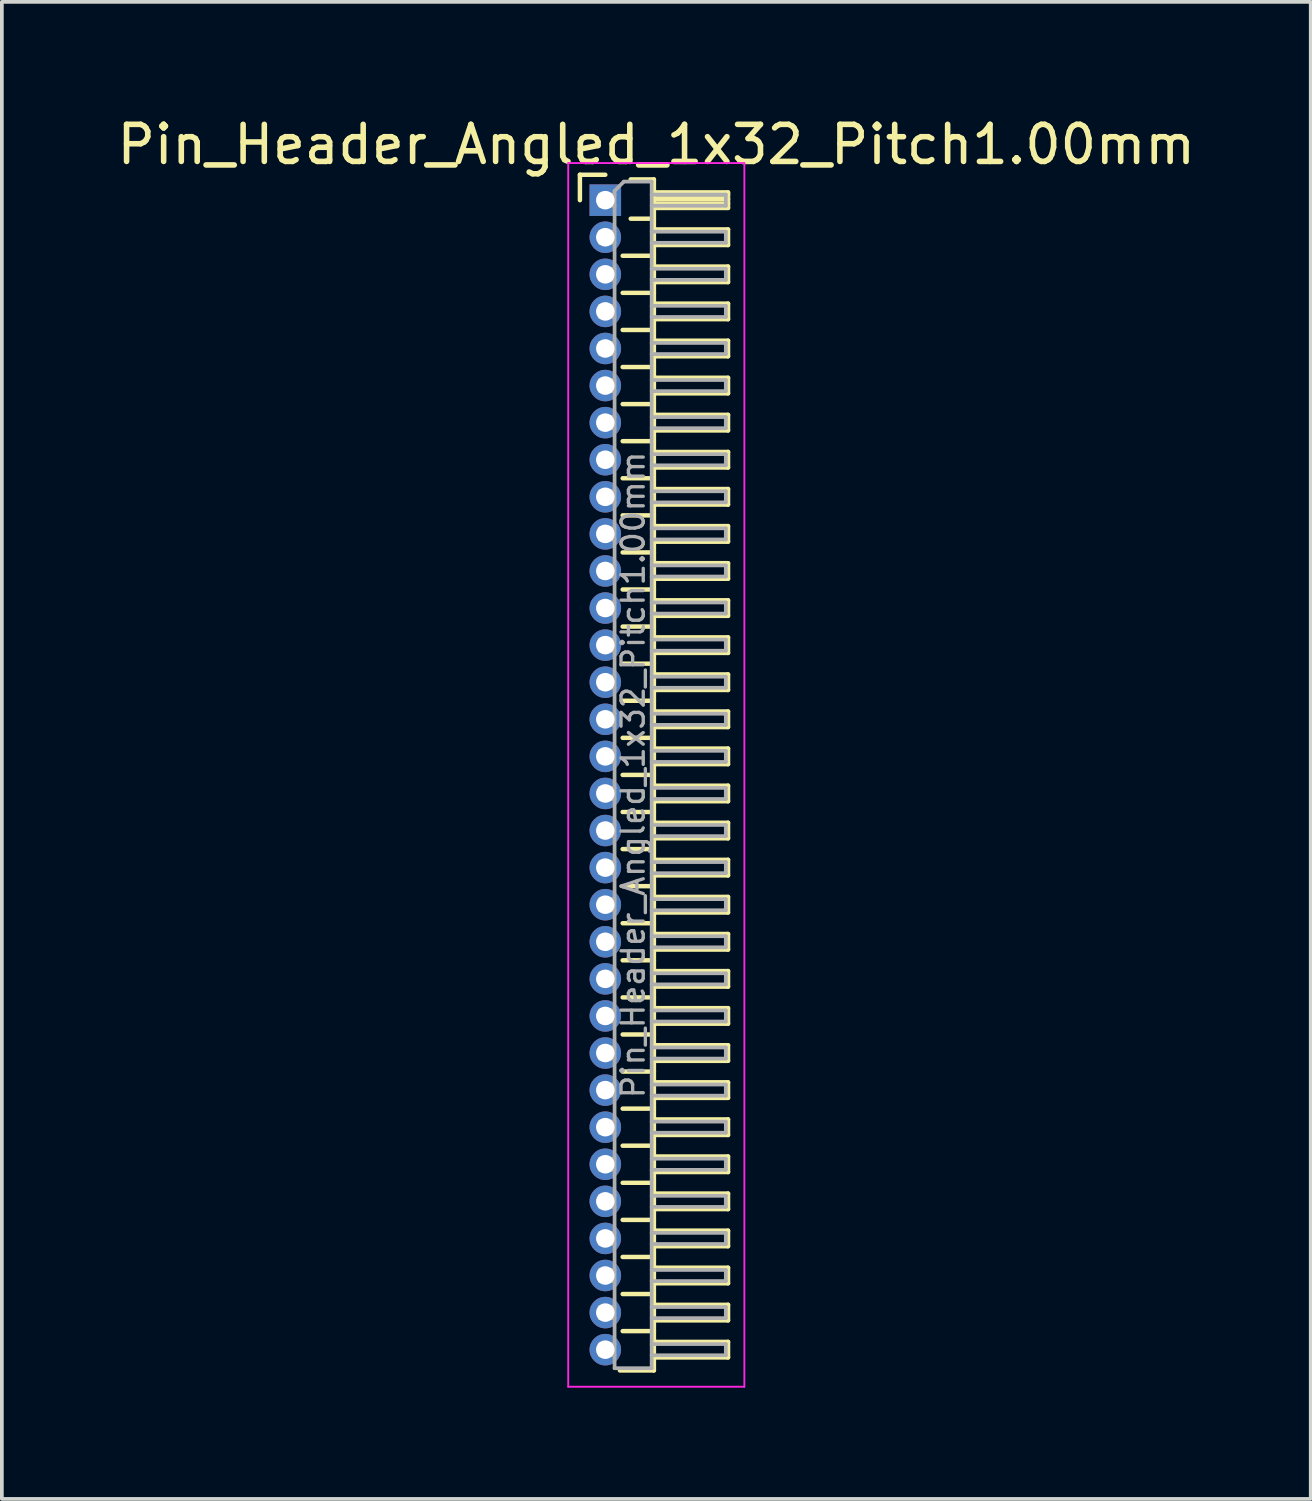
<source format=kicad_pcb>
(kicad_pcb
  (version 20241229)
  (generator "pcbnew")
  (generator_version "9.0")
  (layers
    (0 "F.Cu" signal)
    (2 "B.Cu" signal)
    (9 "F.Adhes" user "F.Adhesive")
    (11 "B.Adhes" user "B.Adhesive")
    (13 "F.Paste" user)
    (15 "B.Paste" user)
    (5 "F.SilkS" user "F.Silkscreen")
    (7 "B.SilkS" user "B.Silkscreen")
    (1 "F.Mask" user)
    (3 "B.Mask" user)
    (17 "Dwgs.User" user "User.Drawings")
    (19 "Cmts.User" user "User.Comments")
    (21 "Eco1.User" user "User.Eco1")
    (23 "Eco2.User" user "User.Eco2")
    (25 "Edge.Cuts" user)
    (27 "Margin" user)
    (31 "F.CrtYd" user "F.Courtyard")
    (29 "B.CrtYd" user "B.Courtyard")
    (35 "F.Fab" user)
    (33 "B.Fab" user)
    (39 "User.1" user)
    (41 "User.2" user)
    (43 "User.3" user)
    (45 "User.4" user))
  (footprint "Pin_Header_Angled_1x32_Pitch1.00mm"
    (layer "F.Cu")
    (at 13.274 2.348)
    (property "Reference" "Pin_Header_Angled_1x32_Pitch1.00mm" (at 1.375 -1.5 0) (layer "F.SilkS") (effects (font (size 1 1) (thickness 0.15))))
    (attr through_hole)
    (fp_line (start -0.685 -0.685) (end 0 -0.685) (stroke (width 0.12) (type solid)) (layer "F.SilkS"))
    (fp_line (start -0.685 0) (end -0.685 -0.685) (stroke (width 0.12) (type solid)) (layer "F.SilkS"))
    (fp_line (start 0.468 1.5) (end 1.31 1.5) (stroke (width 0.12) (type solid)) (layer "F.SilkS"))
    (fp_line (start 0.468 2.5) (end 1.31 2.5) (stroke (width 0.12) (type solid)) (layer "F.SilkS"))
    (fp_line (start 0.468 3.5) (end 1.31 3.5) (stroke (width 0.12) (type solid)) (layer "F.SilkS"))
    (fp_line (start 0.468 4.5) (end 1.31 4.5) (stroke (width 0.12) (type solid)) (layer "F.SilkS"))
    (fp_line (start 0.468 5.5) (end 1.31 5.5) (stroke (width 0.12) (type solid)) (layer "F.SilkS"))
    (fp_line (start 0.468 6.5) (end 1.31 6.5) (stroke (width 0.12) (type solid)) (layer "F.SilkS"))
    (fp_line (start 0.468 7.5) (end 1.31 7.5) (stroke (width 0.12) (type solid)) (layer "F.SilkS"))
    (fp_line (start 0.468 8.5) (end 1.31 8.5) (stroke (width 0.12) (type solid)) (layer "F.SilkS"))
    (fp_line (start 0.468 9.5) (end 1.31 9.5) (stroke (width 0.12) (type solid)) (layer "F.SilkS"))
    (fp_line (start 0.468 10.5) (end 1.31 10.5) (stroke (width 0.12) (type solid)) (layer "F.SilkS"))
    (fp_line (start 0.468 11.5) (end 1.31 11.5) (stroke (width 0.12) (type solid)) (layer "F.SilkS"))
    (fp_line (start 0.468 12.5) (end 1.31 12.5) (stroke (width 0.12) (type solid)) (layer "F.SilkS"))
    (fp_line (start 0.468 13.5) (end 1.31 13.5) (stroke (width 0.12) (type solid)) (layer "F.SilkS"))
    (fp_line (start 0.468 14.5) (end 1.31 14.5) (stroke (width 0.12) (type solid)) (layer "F.SilkS"))
    (fp_line (start 0.468 15.5) (end 1.31 15.5) (stroke (width 0.12) (type solid)) (layer "F.SilkS"))
    (fp_line (start 0.468 16.5) (end 1.31 16.5) (stroke (width 0.12) (type solid)) (layer "F.SilkS"))
    (fp_line (start 0.468 17.5) (end 1.31 17.5) (stroke (width 0.12) (type solid)) (layer "F.SilkS"))
    (fp_line (start 0.468 18.5) (end 1.31 18.5) (stroke (width 0.12) (type solid)) (layer "F.SilkS"))
    (fp_line (start 0.468 19.5) (end 1.31 19.5) (stroke (width 0.12) (type solid)) (layer "F.SilkS"))
    (fp_line (start 0.468 20.5) (end 1.31 20.5) (stroke (width 0.12) (type solid)) (layer "F.SilkS"))
    (fp_line (start 0.468 21.5) (end 1.31 21.5) (stroke (width 0.12) (type solid)) (layer "F.SilkS"))
    (fp_line (start 0.468 22.5) (end 1.31 22.5) (stroke (width 0.12) (type solid)) (layer "F.SilkS"))
    (fp_line (start 0.468 23.5) (end 1.31 23.5) (stroke (width 0.12) (type solid)) (layer "F.SilkS"))
    (fp_line (start 0.468 24.5) (end 1.31 24.5) (stroke (width 0.12) (type solid)) (layer "F.SilkS"))
    (fp_line (start 0.468 25.5) (end 1.31 25.5) (stroke (width 0.12) (type solid)) (layer "F.SilkS"))
    (fp_line (start 0.468 26.5) (end 1.31 26.5) (stroke (width 0.12) (type solid)) (layer "F.SilkS"))
    (fp_line (start 0.468 27.5) (end 1.31 27.5) (stroke (width 0.12) (type solid)) (layer "F.SilkS"))
    (fp_line (start 0.468 28.5) (end 1.31 28.5) (stroke (width 0.12) (type solid)) (layer "F.SilkS"))
    (fp_line (start 0.468 29.5) (end 1.31 29.5) (stroke (width 0.12) (type solid)) (layer "F.SilkS"))
    (fp_line (start 0.468 30.5) (end 1.31 30.5) (stroke (width 0.12) (type solid)) (layer "F.SilkS"))
    (fp_line (start 0.685 -0.56) (end 1.31 -0.56) (stroke (width 0.12) (type solid)) (layer "F.SilkS"))
    (fp_line (start 0.685 0.5) (end 1.31 0.5) (stroke (width 0.12) (type solid)) (layer "F.SilkS"))
    (fp_line (start 1.31 -0.56) (end 1.31 31.56) (stroke (width 0.12) (type solid)) (layer "F.SilkS"))
    (fp_line (start 1.31 -0.21) (end 3.31 -0.21) (stroke (width 0.12) (type solid)) (layer "F.SilkS"))
    (fp_line (start 1.31 -0.15) (end 3.31 -0.15) (stroke (width 0.12) (type solid)) (layer "F.SilkS"))
    (fp_line (start 1.31 -0.03) (end 3.31 -0.03) (stroke (width 0.12) (type solid)) (layer "F.SilkS"))
    (fp_line (start 1.31 0.09) (end 3.31 0.09) (stroke (width 0.12) (type solid)) (layer "F.SilkS"))
    (fp_line (start 1.31 0.79) (end 3.31 0.79) (stroke (width 0.12) (type solid)) (layer "F.SilkS"))
    (fp_line (start 1.31 1.79) (end 3.31 1.79) (stroke (width 0.12) (type solid)) (layer "F.SilkS"))
    (fp_line (start 1.31 2.79) (end 3.31 2.79) (stroke (width 0.12) (type solid)) (layer "F.SilkS"))
    (fp_line (start 1.31 3.79) (end 3.31 3.79) (stroke (width 0.12) (type solid)) (layer "F.SilkS"))
    (fp_line (start 1.31 4.79) (end 3.31 4.79) (stroke (width 0.12) (type solid)) (layer "F.SilkS"))
    (fp_line (start 1.31 5.79) (end 3.31 5.79) (stroke (width 0.12) (type solid)) (layer "F.SilkS"))
    (fp_line (start 1.31 6.79) (end 3.31 6.79) (stroke (width 0.12) (type solid)) (layer "F.SilkS"))
    (fp_line (start 1.31 7.79) (end 3.31 7.79) (stroke (width 0.12) (type solid)) (layer "F.SilkS"))
    (fp_line (start 1.31 8.79) (end 3.31 8.79) (stroke (width 0.12) (type solid)) (layer "F.SilkS"))
    (fp_line (start 1.31 9.79) (end 3.31 9.79) (stroke (width 0.12) (type solid)) (layer "F.SilkS"))
    (fp_line (start 1.31 10.79) (end 3.31 10.79) (stroke (width 0.12) (type solid)) (layer "F.SilkS"))
    (fp_line (start 1.31 11.79) (end 3.31 11.79) (stroke (width 0.12) (type solid)) (layer "F.SilkS"))
    (fp_line (start 1.31 12.79) (end 3.31 12.79) (stroke (width 0.12) (type solid)) (layer "F.SilkS"))
    (fp_line (start 1.31 13.79) (end 3.31 13.79) (stroke (width 0.12) (type solid)) (layer "F.SilkS"))
    (fp_line (start 1.31 14.79) (end 3.31 14.79) (stroke (width 0.12) (type solid)) (layer "F.SilkS"))
    (fp_line (start 1.31 15.79) (end 3.31 15.79) (stroke (width 0.12) (type solid)) (layer "F.SilkS"))
    (fp_line (start 1.31 16.79) (end 3.31 16.79) (stroke (width 0.12) (type solid)) (layer "F.SilkS"))
    (fp_line (start 1.31 17.79) (end 3.31 17.79) (stroke (width 0.12) (type solid)) (layer "F.SilkS"))
    (fp_line (start 1.31 18.79) (end 3.31 18.79) (stroke (width 0.12) (type solid)) (layer "F.SilkS"))
    (fp_line (start 1.31 19.79) (end 3.31 19.79) (stroke (width 0.12) (type solid)) (layer "F.SilkS"))
    (fp_line (start 1.31 20.79) (end 3.31 20.79) (stroke (width 0.12) (type solid)) (layer "F.SilkS"))
    (fp_line (start 1.31 21.79) (end 3.31 21.79) (stroke (width 0.12) (type solid)) (layer "F.SilkS"))
    (fp_line (start 1.31 22.79) (end 3.31 22.79) (stroke (width 0.12) (type solid)) (layer "F.SilkS"))
    (fp_line (start 1.31 23.79) (end 3.31 23.79) (stroke (width 0.12) (type solid)) (layer "F.SilkS"))
    (fp_line (start 1.31 24.79) (end 3.31 24.79) (stroke (width 0.12) (type solid)) (layer "F.SilkS"))
    (fp_line (start 1.31 25.79) (end 3.31 25.79) (stroke (width 0.12) (type solid)) (layer "F.SilkS"))
    (fp_line (start 1.31 26.79) (end 3.31 26.79) (stroke (width 0.12) (type solid)) (layer "F.SilkS"))
    (fp_line (start 1.31 27.79) (end 3.31 27.79) (stroke (width 0.12) (type solid)) (layer "F.SilkS"))
    (fp_line (start 1.31 28.79) (end 3.31 28.79) (stroke (width 0.12) (type solid)) (layer "F.SilkS"))
    (fp_line (start 1.31 29.79) (end 3.31 29.79) (stroke (width 0.12) (type solid)) (layer "F.SilkS"))
    (fp_line (start 1.31 30.79) (end 3.31 30.79) (stroke (width 0.12) (type solid)) (layer "F.SilkS"))
    (fp_line (start 1.31 31.56) (end 0.394 31.56) (stroke (width 0.12) (type solid)) (layer "F.SilkS"))
    (fp_line (start 3.31 -0.21) (end 3.31 0.21) (stroke (width 0.12) (type solid)) (layer "F.SilkS"))
    (fp_line (start 3.31 0.21) (end 1.31 0.21) (stroke (width 0.12) (type solid)) (layer "F.SilkS"))
    (fp_line (start 3.31 0.79) (end 3.31 1.21) (stroke (width 0.12) (type solid)) (layer "F.SilkS"))
    (fp_line (start 3.31 1.21) (end 1.31 1.21) (stroke (width 0.12) (type solid)) (layer "F.SilkS"))
    (fp_line (start 3.31 1.79) (end 3.31 2.21) (stroke (width 0.12) (type solid)) (layer "F.SilkS"))
    (fp_line (start 3.31 2.21) (end 1.31 2.21) (stroke (width 0.12) (type solid)) (layer "F.SilkS"))
    (fp_line (start 3.31 2.79) (end 3.31 3.21) (stroke (width 0.12) (type solid)) (layer "F.SilkS"))
    (fp_line (start 3.31 3.21) (end 1.31 3.21) (stroke (width 0.12) (type solid)) (layer "F.SilkS"))
    (fp_line (start 3.31 3.79) (end 3.31 4.21) (stroke (width 0.12) (type solid)) (layer "F.SilkS"))
    (fp_line (start 3.31 4.21) (end 1.31 4.21) (stroke (width 0.12) (type solid)) (layer "F.SilkS"))
    (fp_line (start 3.31 4.79) (end 3.31 5.21) (stroke (width 0.12) (type solid)) (layer "F.SilkS"))
    (fp_line (start 3.31 5.21) (end 1.31 5.21) (stroke (width 0.12) (type solid)) (layer "F.SilkS"))
    (fp_line (start 3.31 5.79) (end 3.31 6.21) (stroke (width 0.12) (type solid)) (layer "F.SilkS"))
    (fp_line (start 3.31 6.21) (end 1.31 6.21) (stroke (width 0.12) (type solid)) (layer "F.SilkS"))
    (fp_line (start 3.31 6.79) (end 3.31 7.21) (stroke (width 0.12) (type solid)) (layer "F.SilkS"))
    (fp_line (start 3.31 7.21) (end 1.31 7.21) (stroke (width 0.12) (type solid)) (layer "F.SilkS"))
    (fp_line (start 3.31 7.79) (end 3.31 8.21) (stroke (width 0.12) (type solid)) (layer "F.SilkS"))
    (fp_line (start 3.31 8.21) (end 1.31 8.21) (stroke (width 0.12) (type solid)) (layer "F.SilkS"))
    (fp_line (start 3.31 8.79) (end 3.31 9.21) (stroke (width 0.12) (type solid)) (layer "F.SilkS"))
    (fp_line (start 3.31 9.21) (end 1.31 9.21) (stroke (width 0.12) (type solid)) (layer "F.SilkS"))
    (fp_line (start 3.31 9.79) (end 3.31 10.21) (stroke (width 0.12) (type solid)) (layer "F.SilkS"))
    (fp_line (start 3.31 10.21) (end 1.31 10.21) (stroke (width 0.12) (type solid)) (layer "F.SilkS"))
    (fp_line (start 3.31 10.79) (end 3.31 11.21) (stroke (width 0.12) (type solid)) (layer "F.SilkS"))
    (fp_line (start 3.31 11.21) (end 1.31 11.21) (stroke (width 0.12) (type solid)) (layer "F.SilkS"))
    (fp_line (start 3.31 11.79) (end 3.31 12.21) (stroke (width 0.12) (type solid)) (layer "F.SilkS"))
    (fp_line (start 3.31 12.21) (end 1.31 12.21) (stroke (width 0.12) (type solid)) (layer "F.SilkS"))
    (fp_line (start 3.31 12.79) (end 3.31 13.21) (stroke (width 0.12) (type solid)) (layer "F.SilkS"))
    (fp_line (start 3.31 13.21) (end 1.31 13.21) (stroke (width 0.12) (type solid)) (layer "F.SilkS"))
    (fp_line (start 3.31 13.79) (end 3.31 14.21) (stroke (width 0.12) (type solid)) (layer "F.SilkS"))
    (fp_line (start 3.31 14.21) (end 1.31 14.21) (stroke (width 0.12) (type solid)) (layer "F.SilkS"))
    (fp_line (start 3.31 14.79) (end 3.31 15.21) (stroke (width 0.12) (type solid)) (layer "F.SilkS"))
    (fp_line (start 3.31 15.21) (end 1.31 15.21) (stroke (width 0.12) (type solid)) (layer "F.SilkS"))
    (fp_line (start 3.31 15.79) (end 3.31 16.21) (stroke (width 0.12) (type solid)) (layer "F.SilkS"))
    (fp_line (start 3.31 16.21) (end 1.31 16.21) (stroke (width 0.12) (type solid)) (layer "F.SilkS"))
    (fp_line (start 3.31 16.79) (end 3.31 17.21) (stroke (width 0.12) (type solid)) (layer "F.SilkS"))
    (fp_line (start 3.31 17.21) (end 1.31 17.21) (stroke (width 0.12) (type solid)) (layer "F.SilkS"))
    (fp_line (start 3.31 17.79) (end 3.31 18.21) (stroke (width 0.12) (type solid)) (layer "F.SilkS"))
    (fp_line (start 3.31 18.21) (end 1.31 18.21) (stroke (width 0.12) (type solid)) (layer "F.SilkS"))
    (fp_line (start 3.31 18.79) (end 3.31 19.21) (stroke (width 0.12) (type solid)) (layer "F.SilkS"))
    (fp_line (start 3.31 19.21) (end 1.31 19.21) (stroke (width 0.12) (type solid)) (layer "F.SilkS"))
    (fp_line (start 3.31 19.79) (end 3.31 20.21) (stroke (width 0.12) (type solid)) (layer "F.SilkS"))
    (fp_line (start 3.31 20.21) (end 1.31 20.21) (stroke (width 0.12) (type solid)) (layer "F.SilkS"))
    (fp_line (start 3.31 20.79) (end 3.31 21.21) (stroke (width 0.12) (type solid)) (layer "F.SilkS"))
    (fp_line (start 3.31 21.21) (end 1.31 21.21) (stroke (width 0.12) (type solid)) (layer "F.SilkS"))
    (fp_line (start 3.31 21.79) (end 3.31 22.21) (stroke (width 0.12) (type solid)) (layer "F.SilkS"))
    (fp_line (start 3.31 22.21) (end 1.31 22.21) (stroke (width 0.12) (type solid)) (layer "F.SilkS"))
    (fp_line (start 3.31 22.79) (end 3.31 23.21) (stroke (width 0.12) (type solid)) (layer "F.SilkS"))
    (fp_line (start 3.31 23.21) (end 1.31 23.21) (stroke (width 0.12) (type solid)) (layer "F.SilkS"))
    (fp_line (start 3.31 23.79) (end 3.31 24.21) (stroke (width 0.12) (type solid)) (layer "F.SilkS"))
    (fp_line (start 3.31 24.21) (end 1.31 24.21) (stroke (width 0.12) (type solid)) (layer "F.SilkS"))
    (fp_line (start 3.31 24.79) (end 3.31 25.21) (stroke (width 0.12) (type solid)) (layer "F.SilkS"))
    (fp_line (start 3.31 25.21) (end 1.31 25.21) (stroke (width 0.12) (type solid)) (layer "F.SilkS"))
    (fp_line (start 3.31 25.79) (end 3.31 26.21) (stroke (width 0.12) (type solid)) (layer "F.SilkS"))
    (fp_line (start 3.31 26.21) (end 1.31 26.21) (stroke (width 0.12) (type solid)) (layer "F.SilkS"))
    (fp_line (start 3.31 26.79) (end 3.31 27.21) (stroke (width 0.12) (type solid)) (layer "F.SilkS"))
    (fp_line (start 3.31 27.21) (end 1.31 27.21) (stroke (width 0.12) (type solid)) (layer "F.SilkS"))
    (fp_line (start 3.31 27.79) (end 3.31 28.21) (stroke (width 0.12) (type solid)) (layer "F.SilkS"))
    (fp_line (start 3.31 28.21) (end 1.31 28.21) (stroke (width 0.12) (type solid)) (layer "F.SilkS"))
    (fp_line (start 3.31 28.79) (end 3.31 29.21) (stroke (width 0.12) (type solid)) (layer "F.SilkS"))
    (fp_line (start 3.31 29.21) (end 1.31 29.21) (stroke (width 0.12) (type solid)) (layer "F.SilkS"))
    (fp_line (start 3.31 29.79) (end 3.31 30.21) (stroke (width 0.12) (type solid)) (layer "F.SilkS"))
    (fp_line (start 3.31 30.21) (end 1.31 30.21) (stroke (width 0.12) (type solid)) (layer "F.SilkS"))
    (fp_line (start 3.31 30.79) (end 3.31 31.21) (stroke (width 0.12) (type solid)) (layer "F.SilkS"))
    (fp_line (start 3.31 31.21) (end 1.31 31.21) (stroke (width 0.12) (type solid)) (layer "F.SilkS"))
    (fp_line (start -1 -1) (end -1 32) (stroke (width 0.05) (type solid)) (layer "F.CrtYd"))
    (fp_line (start -1 32) (end 3.75 32) (stroke (width 0.05) (type solid)) (layer "F.CrtYd"))
    (fp_line (start 3.75 -1) (end -1 -1) (stroke (width 0.05) (type solid)) (layer "F.CrtYd"))
    (fp_line (start 3.75 32) (end 3.75 -1) (stroke (width 0.05) (type solid)) (layer "F.CrtYd"))
    (fp_line (start -0.15 -0.15) (end -0.15 0.15) (stroke (width 0.1) (type solid)) (layer "F.Fab"))
    (fp_line (start -0.15 -0.15) (end 0.25 -0.15) (stroke (width 0.1) (type solid)) (layer "F.Fab"))
    (fp_line (start -0.15 0.15) (end 0.25 0.15) (stroke (width 0.1) (type solid)) (layer "F.Fab"))
    (fp_line (start -0.15 0.85) (end -0.15 1.15) (stroke (width 0.1) (type solid)) (layer "F.Fab"))
    (fp_line (start -0.15 0.85) (end 0.25 0.85) (stroke (width 0.1) (type solid)) (layer "F.Fab"))
    (fp_line (start -0.15 1.15) (end 0.25 1.15) (stroke (width 0.1) (type solid)) (layer "F.Fab"))
    (fp_line (start -0.15 1.85) (end -0.15 2.15) (stroke (width 0.1) (type solid)) (layer "F.Fab"))
    (fp_line (start -0.15 1.85) (end 0.25 1.85) (stroke (width 0.1) (type solid)) (layer "F.Fab"))
    (fp_line (start -0.15 2.15) (end 0.25 2.15) (stroke (width 0.1) (type solid)) (layer "F.Fab"))
    (fp_line (start -0.15 2.85) (end -0.15 3.15) (stroke (width 0.1) (type solid)) (layer "F.Fab"))
    (fp_line (start -0.15 2.85) (end 0.25 2.85) (stroke (width 0.1) (type solid)) (layer "F.Fab"))
    (fp_line (start -0.15 3.15) (end 0.25 3.15) (stroke (width 0.1) (type solid)) (layer "F.Fab"))
    (fp_line (start -0.15 3.85) (end -0.15 4.15) (stroke (width 0.1) (type solid)) (layer "F.Fab"))
    (fp_line (start -0.15 3.85) (end 0.25 3.85) (stroke (width 0.1) (type solid)) (layer "F.Fab"))
    (fp_line (start -0.15 4.15) (end 0.25 4.15) (stroke (width 0.1) (type solid)) (layer "F.Fab"))
    (fp_line (start -0.15 4.85) (end -0.15 5.15) (stroke (width 0.1) (type solid)) (layer "F.Fab"))
    (fp_line (start -0.15 4.85) (end 0.25 4.85) (stroke (width 0.1) (type solid)) (layer "F.Fab"))
    (fp_line (start -0.15 5.15) (end 0.25 5.15) (stroke (width 0.1) (type solid)) (layer "F.Fab"))
    (fp_line (start -0.15 5.85) (end -0.15 6.15) (stroke (width 0.1) (type solid)) (layer "F.Fab"))
    (fp_line (start -0.15 5.85) (end 0.25 5.85) (stroke (width 0.1) (type solid)) (layer "F.Fab"))
    (fp_line (start -0.15 6.15) (end 0.25 6.15) (stroke (width 0.1) (type solid)) (layer "F.Fab"))
    (fp_line (start -0.15 6.85) (end -0.15 7.15) (stroke (width 0.1) (type solid)) (layer "F.Fab"))
    (fp_line (start -0.15 6.85) (end 0.25 6.85) (stroke (width 0.1) (type solid)) (layer "F.Fab"))
    (fp_line (start -0.15 7.15) (end 0.25 7.15) (stroke (width 0.1) (type solid)) (layer "F.Fab"))
    (fp_line (start -0.15 7.85) (end -0.15 8.15) (stroke (width 0.1) (type solid)) (layer "F.Fab"))
    (fp_line (start -0.15 7.85) (end 0.25 7.85) (stroke (width 0.1) (type solid)) (layer "F.Fab"))
    (fp_line (start -0.15 8.15) (end 0.25 8.15) (stroke (width 0.1) (type solid)) (layer "F.Fab"))
    (fp_line (start -0.15 8.85) (end -0.15 9.15) (stroke (width 0.1) (type solid)) (layer "F.Fab"))
    (fp_line (start -0.15 8.85) (end 0.25 8.85) (stroke (width 0.1) (type solid)) (layer "F.Fab"))
    (fp_line (start -0.15 9.15) (end 0.25 9.15) (stroke (width 0.1) (type solid)) (layer "F.Fab"))
    (fp_line (start -0.15 9.85) (end -0.15 10.15) (stroke (width 0.1) (type solid)) (layer "F.Fab"))
    (fp_line (start -0.15 9.85) (end 0.25 9.85) (stroke (width 0.1) (type solid)) (layer "F.Fab"))
    (fp_line (start -0.15 10.15) (end 0.25 10.15) (stroke (width 0.1) (type solid)) (layer "F.Fab"))
    (fp_line (start -0.15 10.85) (end -0.15 11.15) (stroke (width 0.1) (type solid)) (layer "F.Fab"))
    (fp_line (start -0.15 10.85) (end 0.25 10.85) (stroke (width 0.1) (type solid)) (layer "F.Fab"))
    (fp_line (start -0.15 11.15) (end 0.25 11.15) (stroke (width 0.1) (type solid)) (layer "F.Fab"))
    (fp_line (start -0.15 11.85) (end -0.15 12.15) (stroke (width 0.1) (type solid)) (layer "F.Fab"))
    (fp_line (start -0.15 11.85) (end 0.25 11.85) (stroke (width 0.1) (type solid)) (layer "F.Fab"))
    (fp_line (start -0.15 12.15) (end 0.25 12.15) (stroke (width 0.1) (type solid)) (layer "F.Fab"))
    (fp_line (start -0.15 12.85) (end -0.15 13.15) (stroke (width 0.1) (type solid)) (layer "F.Fab"))
    (fp_line (start -0.15 12.85) (end 0.25 12.85) (stroke (width 0.1) (type solid)) (layer "F.Fab"))
    (fp_line (start -0.15 13.15) (end 0.25 13.15) (stroke (width 0.1) (type solid)) (layer "F.Fab"))
    (fp_line (start -0.15 13.85) (end -0.15 14.15) (stroke (width 0.1) (type solid)) (layer "F.Fab"))
    (fp_line (start -0.15 13.85) (end 0.25 13.85) (stroke (width 0.1) (type solid)) (layer "F.Fab"))
    (fp_line (start -0.15 14.15) (end 0.25 14.15) (stroke (width 0.1) (type solid)) (layer "F.Fab"))
    (fp_line (start -0.15 14.85) (end -0.15 15.15) (stroke (width 0.1) (type solid)) (layer "F.Fab"))
    (fp_line (start -0.15 14.85) (end 0.25 14.85) (stroke (width 0.1) (type solid)) (layer "F.Fab"))
    (fp_line (start -0.15 15.15) (end 0.25 15.15) (stroke (width 0.1) (type solid)) (layer "F.Fab"))
    (fp_line (start -0.15 15.85) (end -0.15 16.15) (stroke (width 0.1) (type solid)) (layer "F.Fab"))
    (fp_line (start -0.15 15.85) (end 0.25 15.85) (stroke (width 0.1) (type solid)) (layer "F.Fab"))
    (fp_line (start -0.15 16.15) (end 0.25 16.15) (stroke (width 0.1) (type solid)) (layer "F.Fab"))
    (fp_line (start -0.15 16.85) (end -0.15 17.15) (stroke (width 0.1) (type solid)) (layer "F.Fab"))
    (fp_line (start -0.15 16.85) (end 0.25 16.85) (stroke (width 0.1) (type solid)) (layer "F.Fab"))
    (fp_line (start -0.15 17.15) (end 0.25 17.15) (stroke (width 0.1) (type solid)) (layer "F.Fab"))
    (fp_line (start -0.15 17.85) (end -0.15 18.15) (stroke (width 0.1) (type solid)) (layer "F.Fab"))
    (fp_line (start -0.15 17.85) (end 0.25 17.85) (stroke (width 0.1) (type solid)) (layer "F.Fab"))
    (fp_line (start -0.15 18.15) (end 0.25 18.15) (stroke (width 0.1) (type solid)) (layer "F.Fab"))
    (fp_line (start -0.15 18.85) (end -0.15 19.15) (stroke (width 0.1) (type solid)) (layer "F.Fab"))
    (fp_line (start -0.15 18.85) (end 0.25 18.85) (stroke (width 0.1) (type solid)) (layer "F.Fab"))
    (fp_line (start -0.15 19.15) (end 0.25 19.15) (stroke (width 0.1) (type solid)) (layer "F.Fab"))
    (fp_line (start -0.15 19.85) (end -0.15 20.15) (stroke (width 0.1) (type solid)) (layer "F.Fab"))
    (fp_line (start -0.15 19.85) (end 0.25 19.85) (stroke (width 0.1) (type solid)) (layer "F.Fab"))
    (fp_line (start -0.15 20.15) (end 0.25 20.15) (stroke (width 0.1) (type solid)) (layer "F.Fab"))
    (fp_line (start -0.15 20.85) (end -0.15 21.15) (stroke (width 0.1) (type solid)) (layer "F.Fab"))
    (fp_line (start -0.15 20.85) (end 0.25 20.85) (stroke (width 0.1) (type solid)) (layer "F.Fab"))
    (fp_line (start -0.15 21.15) (end 0.25 21.15) (stroke (width 0.1) (type solid)) (layer "F.Fab"))
    (fp_line (start -0.15 21.85) (end -0.15 22.15) (stroke (width 0.1) (type solid)) (layer "F.Fab"))
    (fp_line (start -0.15 21.85) (end 0.25 21.85) (stroke (width 0.1) (type solid)) (layer "F.Fab"))
    (fp_line (start -0.15 22.15) (end 0.25 22.15) (stroke (width 0.1) (type solid)) (layer "F.Fab"))
    (fp_line (start -0.15 22.85) (end -0.15 23.15) (stroke (width 0.1) (type solid)) (layer "F.Fab"))
    (fp_line (start -0.15 22.85) (end 0.25 22.85) (stroke (width 0.1) (type solid)) (layer "F.Fab"))
    (fp_line (start -0.15 23.15) (end 0.25 23.15) (stroke (width 0.1) (type solid)) (layer "F.Fab"))
    (fp_line (start -0.15 23.85) (end -0.15 24.15) (stroke (width 0.1) (type solid)) (layer "F.Fab"))
    (fp_line (start -0.15 23.85) (end 0.25 23.85) (stroke (width 0.1) (type solid)) (layer "F.Fab"))
    (fp_line (start -0.15 24.15) (end 0.25 24.15) (stroke (width 0.1) (type solid)) (layer "F.Fab"))
    (fp_line (start -0.15 24.85) (end -0.15 25.15) (stroke (width 0.1) (type solid)) (layer "F.Fab"))
    (fp_line (start -0.15 24.85) (end 0.25 24.85) (stroke (width 0.1) (type solid)) (layer "F.Fab"))
    (fp_line (start -0.15 25.15) (end 0.25 25.15) (stroke (width 0.1) (type solid)) (layer "F.Fab"))
    (fp_line (start -0.15 25.85) (end -0.15 26.15) (stroke (width 0.1) (type solid)) (layer "F.Fab"))
    (fp_line (start -0.15 25.85) (end 0.25 25.85) (stroke (width 0.1) (type solid)) (layer "F.Fab"))
    (fp_line (start -0.15 26.15) (end 0.25 26.15) (stroke (width 0.1) (type solid)) (layer "F.Fab"))
    (fp_line (start -0.15 26.85) (end -0.15 27.15) (stroke (width 0.1) (type solid)) (layer "F.Fab"))
    (fp_line (start -0.15 26.85) (end 0.25 26.85) (stroke (width 0.1) (type solid)) (layer "F.Fab"))
    (fp_line (start -0.15 27.15) (end 0.25 27.15) (stroke (width 0.1) (type solid)) (layer "F.Fab"))
    (fp_line (start -0.15 27.85) (end -0.15 28.15) (stroke (width 0.1) (type solid)) (layer "F.Fab"))
    (fp_line (start -0.15 27.85) (end 0.25 27.85) (stroke (width 0.1) (type solid)) (layer "F.Fab"))
    (fp_line (start -0.15 28.15) (end 0.25 28.15) (stroke (width 0.1) (type solid)) (layer "F.Fab"))
    (fp_line (start -0.15 28.85) (end -0.15 29.15) (stroke (width 0.1) (type solid)) (layer "F.Fab"))
    (fp_line (start -0.15 28.85) (end 0.25 28.85) (stroke (width 0.1) (type solid)) (layer "F.Fab"))
    (fp_line (start -0.15 29.15) (end 0.25 29.15) (stroke (width 0.1) (type solid)) (layer "F.Fab"))
    (fp_line (start -0.15 29.85) (end -0.15 30.15) (stroke (width 0.1) (type solid)) (layer "F.Fab"))
    (fp_line (start -0.15 29.85) (end 0.25 29.85) (stroke (width 0.1) (type solid)) (layer "F.Fab"))
    (fp_line (start -0.15 30.15) (end 0.25 30.15) (stroke (width 0.1) (type solid)) (layer "F.Fab"))
    (fp_line (start -0.15 30.85) (end -0.15 31.15) (stroke (width 0.1) (type solid)) (layer "F.Fab"))
    (fp_line (start -0.15 30.85) (end 0.25 30.85) (stroke (width 0.1) (type solid)) (layer "F.Fab"))
    (fp_line (start -0.15 31.15) (end 0.25 31.15) (stroke (width 0.1) (type solid)) (layer "F.Fab"))
    (fp_line (start 0.25 -0.25) (end 0.5 -0.5) (stroke (width 0.1) (type solid)) (layer "F.Fab"))
    (fp_line (start 0.25 31.5) (end 0.25 -0.25) (stroke (width 0.1) (type solid)) (layer "F.Fab"))
    (fp_line (start 0.5 -0.5) (end 1.25 -0.5) (stroke (width 0.1) (type solid)) (layer "F.Fab"))
    (fp_line (start 1.25 -0.5) (end 1.25 31.5) (stroke (width 0.1) (type solid)) (layer "F.Fab"))
    (fp_line (start 1.25 -0.15) (end 3.25 -0.15) (stroke (width 0.1) (type solid)) (layer "F.Fab"))
    (fp_line (start 1.25 0.15) (end 3.25 0.15) (stroke (width 0.1) (type solid)) (layer "F.Fab"))
    (fp_line (start 1.25 0.85) (end 3.25 0.85) (stroke (width 0.1) (type solid)) (layer "F.Fab"))
    (fp_line (start 1.25 1.15) (end 3.25 1.15) (stroke (width 0.1) (type solid)) (layer "F.Fab"))
    (fp_line (start 1.25 1.85) (end 3.25 1.85) (stroke (width 0.1) (type solid)) (layer "F.Fab"))
    (fp_line (start 1.25 2.15) (end 3.25 2.15) (stroke (width 0.1) (type solid)) (layer "F.Fab"))
    (fp_line (start 1.25 2.85) (end 3.25 2.85) (stroke (width 0.1) (type solid)) (layer "F.Fab"))
    (fp_line (start 1.25 3.15) (end 3.25 3.15) (stroke (width 0.1) (type solid)) (layer "F.Fab"))
    (fp_line (start 1.25 3.85) (end 3.25 3.85) (stroke (width 0.1) (type solid)) (layer "F.Fab"))
    (fp_line (start 1.25 4.15) (end 3.25 4.15) (stroke (width 0.1) (type solid)) (layer "F.Fab"))
    (fp_line (start 1.25 4.85) (end 3.25 4.85) (stroke (width 0.1) (type solid)) (layer "F.Fab"))
    (fp_line (start 1.25 5.15) (end 3.25 5.15) (stroke (width 0.1) (type solid)) (layer "F.Fab"))
    (fp_line (start 1.25 5.85) (end 3.25 5.85) (stroke (width 0.1) (type solid)) (layer "F.Fab"))
    (fp_line (start 1.25 6.15) (end 3.25 6.15) (stroke (width 0.1) (type solid)) (layer "F.Fab"))
    (fp_line (start 1.25 6.85) (end 3.25 6.85) (stroke (width 0.1) (type solid)) (layer "F.Fab"))
    (fp_line (start 1.25 7.15) (end 3.25 7.15) (stroke (width 0.1) (type solid)) (layer "F.Fab"))
    (fp_line (start 1.25 7.85) (end 3.25 7.85) (stroke (width 0.1) (type solid)) (layer "F.Fab"))
    (fp_line (start 1.25 8.15) (end 3.25 8.15) (stroke (width 0.1) (type solid)) (layer "F.Fab"))
    (fp_line (start 1.25 8.85) (end 3.25 8.85) (stroke (width 0.1) (type solid)) (layer "F.Fab"))
    (fp_line (start 1.25 9.15) (end 3.25 9.15) (stroke (width 0.1) (type solid)) (layer "F.Fab"))
    (fp_line (start 1.25 9.85) (end 3.25 9.85) (stroke (width 0.1) (type solid)) (layer "F.Fab"))
    (fp_line (start 1.25 10.15) (end 3.25 10.15) (stroke (width 0.1) (type solid)) (layer "F.Fab"))
    (fp_line (start 1.25 10.85) (end 3.25 10.85) (stroke (width 0.1) (type solid)) (layer "F.Fab"))
    (fp_line (start 1.25 11.15) (end 3.25 11.15) (stroke (width 0.1) (type solid)) (layer "F.Fab"))
    (fp_line (start 1.25 11.85) (end 3.25 11.85) (stroke (width 0.1) (type solid)) (layer "F.Fab"))
    (fp_line (start 1.25 12.15) (end 3.25 12.15) (stroke (width 0.1) (type solid)) (layer "F.Fab"))
    (fp_line (start 1.25 12.85) (end 3.25 12.85) (stroke (width 0.1) (type solid)) (layer "F.Fab"))
    (fp_line (start 1.25 13.15) (end 3.25 13.15) (stroke (width 0.1) (type solid)) (layer "F.Fab"))
    (fp_line (start 1.25 13.85) (end 3.25 13.85) (stroke (width 0.1) (type solid)) (layer "F.Fab"))
    (fp_line (start 1.25 14.15) (end 3.25 14.15) (stroke (width 0.1) (type solid)) (layer "F.Fab"))
    (fp_line (start 1.25 14.85) (end 3.25 14.85) (stroke (width 0.1) (type solid)) (layer "F.Fab"))
    (fp_line (start 1.25 15.15) (end 3.25 15.15) (stroke (width 0.1) (type solid)) (layer "F.Fab"))
    (fp_line (start 1.25 15.85) (end 3.25 15.85) (stroke (width 0.1) (type solid)) (layer "F.Fab"))
    (fp_line (start 1.25 16.15) (end 3.25 16.15) (stroke (width 0.1) (type solid)) (layer "F.Fab"))
    (fp_line (start 1.25 16.85) (end 3.25 16.85) (stroke (width 0.1) (type solid)) (layer "F.Fab"))
    (fp_line (start 1.25 17.15) (end 3.25 17.15) (stroke (width 0.1) (type solid)) (layer "F.Fab"))
    (fp_line (start 1.25 17.85) (end 3.25 17.85) (stroke (width 0.1) (type solid)) (layer "F.Fab"))
    (fp_line (start 1.25 18.15) (end 3.25 18.15) (stroke (width 0.1) (type solid)) (layer "F.Fab"))
    (fp_line (start 1.25 18.85) (end 3.25 18.85) (stroke (width 0.1) (type solid)) (layer "F.Fab"))
    (fp_line (start 1.25 19.15) (end 3.25 19.15) (stroke (width 0.1) (type solid)) (layer "F.Fab"))
    (fp_line (start 1.25 19.85) (end 3.25 19.85) (stroke (width 0.1) (type solid)) (layer "F.Fab"))
    (fp_line (start 1.25 20.15) (end 3.25 20.15) (stroke (width 0.1) (type solid)) (layer "F.Fab"))
    (fp_line (start 1.25 20.85) (end 3.25 20.85) (stroke (width 0.1) (type solid)) (layer "F.Fab"))
    (fp_line (start 1.25 21.15) (end 3.25 21.15) (stroke (width 0.1) (type solid)) (layer "F.Fab"))
    (fp_line (start 1.25 21.85) (end 3.25 21.85) (stroke (width 0.1) (type solid)) (layer "F.Fab"))
    (fp_line (start 1.25 22.15) (end 3.25 22.15) (stroke (width 0.1) (type solid)) (layer "F.Fab"))
    (fp_line (start 1.25 22.85) (end 3.25 22.85) (stroke (width 0.1) (type solid)) (layer "F.Fab"))
    (fp_line (start 1.25 23.15) (end 3.25 23.15) (stroke (width 0.1) (type solid)) (layer "F.Fab"))
    (fp_line (start 1.25 23.85) (end 3.25 23.85) (stroke (width 0.1) (type solid)) (layer "F.Fab"))
    (fp_line (start 1.25 24.15) (end 3.25 24.15) (stroke (width 0.1) (type solid)) (layer "F.Fab"))
    (fp_line (start 1.25 24.85) (end 3.25 24.85) (stroke (width 0.1) (type solid)) (layer "F.Fab"))
    (fp_line (start 1.25 25.15) (end 3.25 25.15) (stroke (width 0.1) (type solid)) (layer "F.Fab"))
    (fp_line (start 1.25 25.85) (end 3.25 25.85) (stroke (width 0.1) (type solid)) (layer "F.Fab"))
    (fp_line (start 1.25 26.15) (end 3.25 26.15) (stroke (width 0.1) (type solid)) (layer "F.Fab"))
    (fp_line (start 1.25 26.85) (end 3.25 26.85) (stroke (width 0.1) (type solid)) (layer "F.Fab"))
    (fp_line (start 1.25 27.15) (end 3.25 27.15) (stroke (width 0.1) (type solid)) (layer "F.Fab"))
    (fp_line (start 1.25 27.85) (end 3.25 27.85) (stroke (width 0.1) (type solid)) (layer "F.Fab"))
    (fp_line (start 1.25 28.15) (end 3.25 28.15) (stroke (width 0.1) (type solid)) (layer "F.Fab"))
    (fp_line (start 1.25 28.85) (end 3.25 28.85) (stroke (width 0.1) (type solid)) (layer "F.Fab"))
    (fp_line (start 1.25 29.15) (end 3.25 29.15) (stroke (width 0.1) (type solid)) (layer "F.Fab"))
    (fp_line (start 1.25 29.85) (end 3.25 29.85) (stroke (width 0.1) (type solid)) (layer "F.Fab"))
    (fp_line (start 1.25 30.15) (end 3.25 30.15) (stroke (width 0.1) (type solid)) (layer "F.Fab"))
    (fp_line (start 1.25 30.85) (end 3.25 30.85) (stroke (width 0.1) (type solid)) (layer "F.Fab"))
    (fp_line (start 1.25 31.15) (end 3.25 31.15) (stroke (width 0.1) (type solid)) (layer "F.Fab"))
    (fp_line (start 1.25 31.5) (end 0.25 31.5) (stroke (width 0.1) (type solid)) (layer "F.Fab"))
    (fp_line (start 3.25 -0.15) (end 3.25 0.15) (stroke (width 0.1) (type solid)) (layer "F.Fab"))
    (fp_line (start 3.25 0.85) (end 3.25 1.15) (stroke (width 0.1) (type solid)) (layer "F.Fab"))
    (fp_line (start 3.25 1.85) (end 3.25 2.15) (stroke (width 0.1) (type solid)) (layer "F.Fab"))
    (fp_line (start 3.25 2.85) (end 3.25 3.15) (stroke (width 0.1) (type solid)) (layer "F.Fab"))
    (fp_line (start 3.25 3.85) (end 3.25 4.15) (stroke (width 0.1) (type solid)) (layer "F.Fab"))
    (fp_line (start 3.25 4.85) (end 3.25 5.15) (stroke (width 0.1) (type solid)) (layer "F.Fab"))
    (fp_line (start 3.25 5.85) (end 3.25 6.15) (stroke (width 0.1) (type solid)) (layer "F.Fab"))
    (fp_line (start 3.25 6.85) (end 3.25 7.15) (stroke (width 0.1) (type solid)) (layer "F.Fab"))
    (fp_line (start 3.25 7.85) (end 3.25 8.15) (stroke (width 0.1) (type solid)) (layer "F.Fab"))
    (fp_line (start 3.25 8.85) (end 3.25 9.15) (stroke (width 0.1) (type solid)) (layer "F.Fab"))
    (fp_line (start 3.25 9.85) (end 3.25 10.15) (stroke (width 0.1) (type solid)) (layer "F.Fab"))
    (fp_line (start 3.25 10.85) (end 3.25 11.15) (stroke (width 0.1) (type solid)) (layer "F.Fab"))
    (fp_line (start 3.25 11.85) (end 3.25 12.15) (stroke (width 0.1) (type solid)) (layer "F.Fab"))
    (fp_line (start 3.25 12.85) (end 3.25 13.15) (stroke (width 0.1) (type solid)) (layer "F.Fab"))
    (fp_line (start 3.25 13.85) (end 3.25 14.15) (stroke (width 0.1) (type solid)) (layer "F.Fab"))
    (fp_line (start 3.25 14.85) (end 3.25 15.15) (stroke (width 0.1) (type solid)) (layer "F.Fab"))
    (fp_line (start 3.25 15.85) (end 3.25 16.15) (stroke (width 0.1) (type solid)) (layer "F.Fab"))
    (fp_line (start 3.25 16.85) (end 3.25 17.15) (stroke (width 0.1) (type solid)) (layer "F.Fab"))
    (fp_line (start 3.25 17.85) (end 3.25 18.15) (stroke (width 0.1) (type solid)) (layer "F.Fab"))
    (fp_line (start 3.25 18.85) (end 3.25 19.15) (stroke (width 0.1) (type solid)) (layer "F.Fab"))
    (fp_line (start 3.25 19.85) (end 3.25 20.15) (stroke (width 0.1) (type solid)) (layer "F.Fab"))
    (fp_line (start 3.25 20.85) (end 3.25 21.15) (stroke (width 0.1) (type solid)) (layer "F.Fab"))
    (fp_line (start 3.25 21.85) (end 3.25 22.15) (stroke (width 0.1) (type solid)) (layer "F.Fab"))
    (fp_line (start 3.25 22.85) (end 3.25 23.15) (stroke (width 0.1) (type solid)) (layer "F.Fab"))
    (fp_line (start 3.25 23.85) (end 3.25 24.15) (stroke (width 0.1) (type solid)) (layer "F.Fab"))
    (fp_line (start 3.25 24.85) (end 3.25 25.15) (stroke (width 0.1) (type solid)) (layer "F.Fab"))
    (fp_line (start 3.25 25.85) (end 3.25 26.15) (stroke (width 0.1) (type solid)) (layer "F.Fab"))
    (fp_line (start 3.25 26.85) (end 3.25 27.15) (stroke (width 0.1) (type solid)) (layer "F.Fab"))
    (fp_line (start 3.25 27.85) (end 3.25 28.15) (stroke (width 0.1) (type solid)) (layer "F.Fab"))
    (fp_line (start 3.25 28.85) (end 3.25 29.15) (stroke (width 0.1) (type solid)) (layer "F.Fab"))
    (fp_line (start 3.25 29.85) (end 3.25 30.15) (stroke (width 0.1) (type solid)) (layer "F.Fab"))
    (fp_line (start 3.25 30.85) (end 3.25 31.15) (stroke (width 0.1) (type solid)) (layer "F.Fab"))
    (fp_text user "${REFERENCE}" (at 0.75 15.5 90) (layer "F.Fab") (effects (font (size 0.6 0.6) (thickness 0.09))))
    (pad "1" thru_hole rect (at 0 0) (size 0.85 0.85) (drill 0.5) (layers "*.Cu" "*.Mask"))
    (pad "2" thru_hole oval (at 0 1) (size 0.85 0.85) (drill 0.5) (layers "*.Cu" "*.Mask"))
    (pad "3" thru_hole oval (at 0 2) (size 0.85 0.85) (drill 0.5) (layers "*.Cu" "*.Mask"))
    (pad "4" thru_hole oval (at 0 3) (size 0.85 0.85) (drill 0.5) (layers "*.Cu" "*.Mask"))
    (pad "5" thru_hole oval (at 0 4) (size 0.85 0.85) (drill 0.5) (layers "*.Cu" "*.Mask"))
    (pad "6" thru_hole oval (at 0 5) (size 0.85 0.85) (drill 0.5) (layers "*.Cu" "*.Mask"))
    (pad "7" thru_hole oval (at 0 6) (size 0.85 0.85) (drill 0.5) (layers "*.Cu" "*.Mask"))
    (pad "8" thru_hole oval (at 0 7) (size 0.85 0.85) (drill 0.5) (layers "*.Cu" "*.Mask"))
    (pad "9" thru_hole oval (at 0 8) (size 0.85 0.85) (drill 0.5) (layers "*.Cu" "*.Mask"))
    (pad "10" thru_hole oval (at 0 9) (size 0.85 0.85) (drill 0.5) (layers "*.Cu" "*.Mask"))
    (pad "11" thru_hole oval (at 0 10) (size 0.85 0.85) (drill 0.5) (layers "*.Cu" "*.Mask"))
    (pad "12" thru_hole oval (at 0 11) (size 0.85 0.85) (drill 0.5) (layers "*.Cu" "*.Mask"))
    (pad "13" thru_hole oval (at 0 12) (size 0.85 0.85) (drill 0.5) (layers "*.Cu" "*.Mask"))
    (pad "14" thru_hole oval (at 0 13) (size 0.85 0.85) (drill 0.5) (layers "*.Cu" "*.Mask"))
    (pad "15" thru_hole oval (at 0 14) (size 0.85 0.85) (drill 0.5) (layers "*.Cu" "*.Mask"))
    (pad "16" thru_hole oval (at 0 15) (size 0.85 0.85) (drill 0.5) (layers "*.Cu" "*.Mask"))
    (pad "17" thru_hole oval (at 0 16) (size 0.85 0.85) (drill 0.5) (layers "*.Cu" "*.Mask"))
    (pad "18" thru_hole oval (at 0 17) (size 0.85 0.85) (drill 0.5) (layers "*.Cu" "*.Mask"))
    (pad "19" thru_hole oval (at 0 18) (size 0.85 0.85) (drill 0.5) (layers "*.Cu" "*.Mask"))
    (pad "20" thru_hole oval (at 0 19) (size 0.85 0.85) (drill 0.5) (layers "*.Cu" "*.Mask"))
    (pad "21" thru_hole oval (at 0 20) (size 0.85 0.85) (drill 0.5) (layers "*.Cu" "*.Mask"))
    (pad "22" thru_hole oval (at 0 21) (size 0.85 0.85) (drill 0.5) (layers "*.Cu" "*.Mask"))
    (pad "23" thru_hole oval (at 0 22) (size 0.85 0.85) (drill 0.5) (layers "*.Cu" "*.Mask"))
    (pad "24" thru_hole oval (at 0 23) (size 0.85 0.85) (drill 0.5) (layers "*.Cu" "*.Mask"))
    (pad "25" thru_hole oval (at 0 24) (size 0.85 0.85) (drill 0.5) (layers "*.Cu" "*.Mask"))
    (pad "26" thru_hole oval (at 0 25) (size 0.85 0.85) (drill 0.5) (layers "*.Cu" "*.Mask"))
    (pad "27" thru_hole oval (at 0 26) (size 0.85 0.85) (drill 0.5) (layers "*.Cu" "*.Mask"))
    (pad "28" thru_hole oval (at 0 27) (size 0.85 0.85) (drill 0.5) (layers "*.Cu" "*.Mask"))
    (pad "29" thru_hole oval (at 0 28) (size 0.85 0.85) (drill 0.5) (layers "*.Cu" "*.Mask"))
    (pad "30" thru_hole oval (at 0 29) (size 0.85 0.85) (drill 0.5) (layers "*.Cu" "*.Mask"))
    (pad "31" thru_hole oval (at 0 30) (size 0.85 0.85) (drill 0.5) (layers "*.Cu" "*.Mask"))
    (pad "32" thru_hole oval (at 0 31) (size 0.85 0.85) (drill 0.5) (layers "*.Cu" "*.Mask")))
  (gr_rect
    (start -3 -3)
    (end 32.298 37.373)
    (stroke (width 0.1) (type default))
    (fill no)
    (layer "Edge.Cuts")))
</source>
